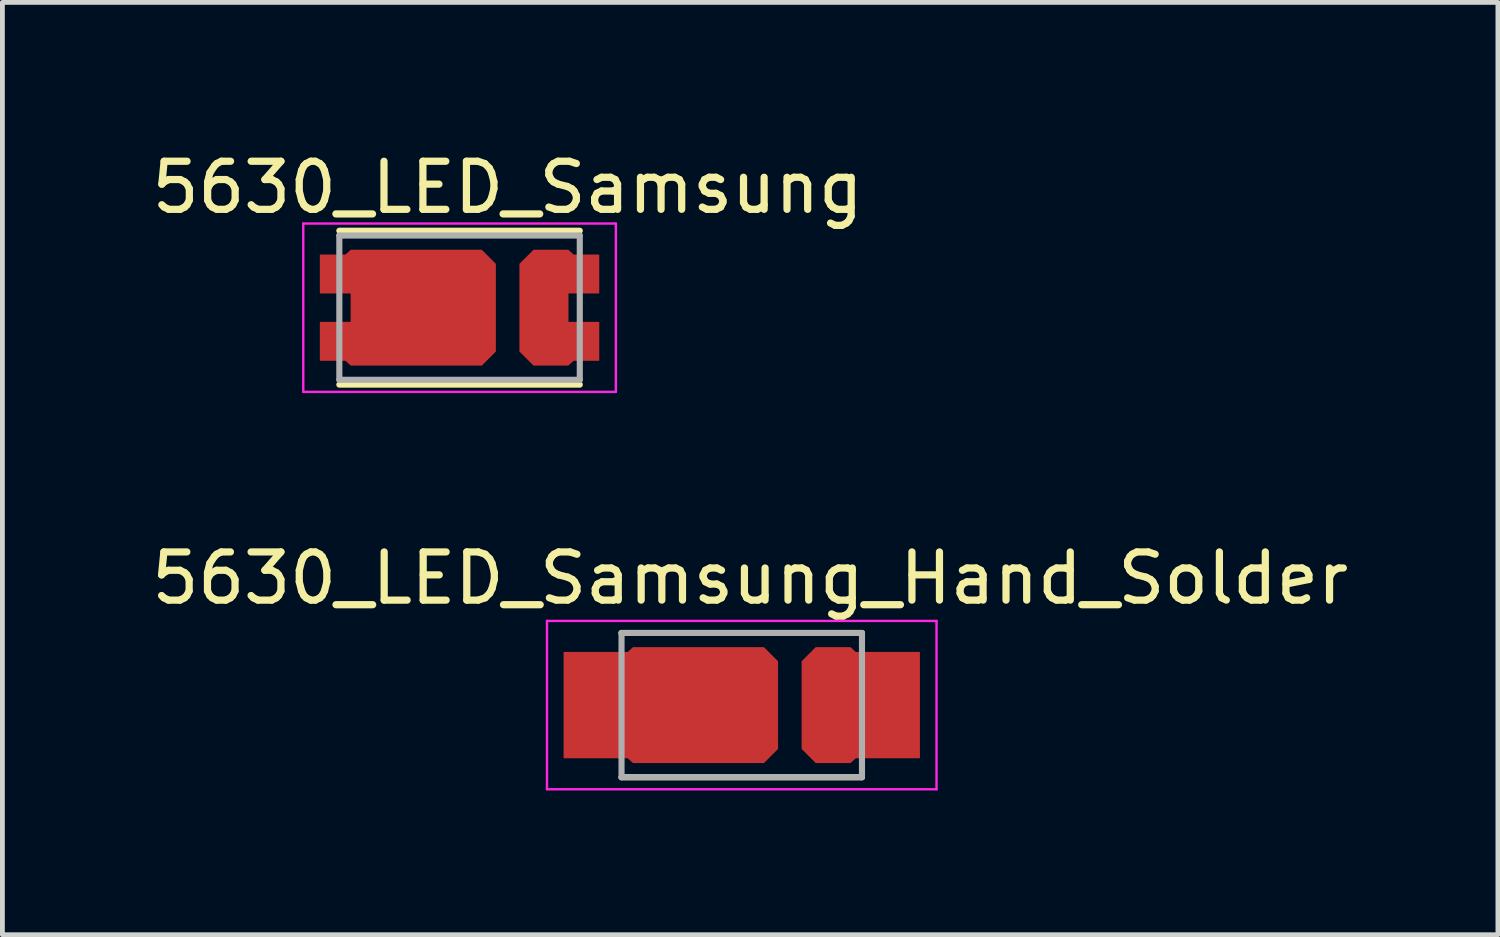
<source format=kicad_pcb>
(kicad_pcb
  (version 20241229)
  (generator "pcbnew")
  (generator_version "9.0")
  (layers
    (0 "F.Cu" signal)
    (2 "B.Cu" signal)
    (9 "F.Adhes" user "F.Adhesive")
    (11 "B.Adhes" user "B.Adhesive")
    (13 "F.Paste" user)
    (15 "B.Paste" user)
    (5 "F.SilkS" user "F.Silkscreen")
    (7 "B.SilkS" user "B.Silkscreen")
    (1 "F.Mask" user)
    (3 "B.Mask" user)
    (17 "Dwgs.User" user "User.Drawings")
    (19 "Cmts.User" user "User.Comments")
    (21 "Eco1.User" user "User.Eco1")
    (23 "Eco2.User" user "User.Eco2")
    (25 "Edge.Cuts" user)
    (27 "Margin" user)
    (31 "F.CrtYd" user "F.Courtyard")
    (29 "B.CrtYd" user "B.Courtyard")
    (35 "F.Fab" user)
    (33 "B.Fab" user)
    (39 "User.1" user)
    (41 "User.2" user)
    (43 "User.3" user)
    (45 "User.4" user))
  (footprint "5630_LED_Samsung"
    (layer "F.Cu")
    (at 7.506 3.348)
    (property "Reference" "5630_LED_Samsung" (at 0 -2.5 0) (unlocked yes) (layer "F.SilkS") (effects (font (size 1 1) (thickness 0.15))))
    (fp_poly (pts (xy -4.007 -1.3) (xy -0.2 -1.3) (xy -0.2 1.303) (xy -4.007 1.303)) (stroke (width 0.01) (type solid)) (fill yes) (layer "F.Mask"))
    (fp_poly (pts (xy 0.203 -1.3) (xy 2 -1.3) (xy 2 1.303) (xy 0.203 1.303)) (stroke (width 0.01) (type solid)) (fill yes) (layer "F.Mask"))
    (fp_line (start -3.5 -1.6) (end 1.5 -1.6) (stroke (width 0.127) (type solid)) (layer "F.SilkS"))
    (fp_line (start -3.5 1.6) (end 1.5 1.6) (stroke (width 0.127) (type solid)) (layer "F.SilkS"))
    (fp_poly (pts (xy -0.25 -0.91) (xy -0.54 -1.2) (xy -3.26 -1.2) (xy -3.37 -1.1) (xy -3.9 -1.1) (xy -3.9 -0.3) (xy -3.26 -0.3) (xy -3.26 0.3) (xy -3.9 0.3) (xy -3.9 1.1) (xy -3.37 1.1) (xy -3.26 1.2) (xy -0.54 1.2) (xy -0.25 0.91)) (stroke (width 0.001) (type solid)) (fill yes) (layer "F.Paste"))
    (fp_poly (pts (xy -0.25 -0.91) (xy -0.54 -1.2) (xy -3.26 -1.2) (xy -3.37 -1.1) (xy -3.9 -1.1) (xy -3.9 -0.3) (xy -3.26 -0.3) (xy -3.26 0.3) (xy -3.9 0.3) (xy -3.9 1.1) (xy -3.37 1.1) (xy -3.26 1.2) (xy -0.54 1.2) (xy -0.25 0.91)) (stroke (width 0.001) (type solid)) (fill yes) (layer "F.Paste"))
    (fp_poly (pts (xy 0.25 -0.91) (xy 0.54 -1.2) (xy 1.26 -1.2) (xy 1.37 -1.1) (xy 1.9 -1.1) (xy 1.9 -0.3) (xy 1.26 -0.3) (xy 1.26 0.3) (xy 1.9 0.3) (xy 1.9 1.1) (xy 1.37 1.1) (xy 1.26 1.2) (xy 0.54 1.2) (xy 0.25 0.91)) (stroke (width 0.001) (type solid)) (fill yes) (layer "F.Paste"))
    (fp_poly (pts (xy 0.25 -0.91) (xy 0.54 -1.2) (xy 1.26 -1.2) (xy 1.37 -1.1) (xy 1.9 -1.1) (xy 1.9 -0.3) (xy 1.26 -0.3) (xy 1.26 0.3) (xy 1.9 0.3) (xy 1.9 1.1) (xy 1.37 1.1) (xy 1.26 1.2) (xy 0.54 1.2) (xy 0.25 0.91)) (stroke (width 0.001) (type solid)) (fill yes) (layer "F.Paste"))
    (fp_line (start -4.25 -1.75) (end 2.25 -1.75) (stroke (width 0.05) (type solid)) (layer "F.CrtYd"))
    (fp_line (start -4.25 1.75) (end -4.25 -1.75) (stroke (width 0.05) (type solid)) (layer "F.CrtYd"))
    (fp_line (start 2.25 -1.75) (end 2.25 1.75) (stroke (width 0.05) (type solid)) (layer "F.CrtYd"))
    (fp_line (start 2.25 1.75) (end -4.25 1.75) (stroke (width 0.05) (type solid)) (layer "F.CrtYd"))
    (fp_line (start -3.5 -1.5) (end 1.5 -1.5) (stroke (width 0.127) (type solid)) (layer "F.Fab"))
    (fp_line (start -3.5 1.5) (end -3.5 -1.5) (stroke (width 0.127) (type solid)) (layer "F.Fab"))
    (fp_line (start 1.5 -1.5) (end 1.5 1.5) (stroke (width 0.127) (type solid)) (layer "F.Fab"))
    (fp_line (start 1.5 1.5) (end -3.5 1.5) (stroke (width 0.127) (type solid)) (layer "F.Fab"))
    (pad "1" smd custom (at -0.7 0) (size 0.8 0.8) (layers "F.Cu") (options (anchor rect)) (primitives (gr_poly (pts (xy 0.45 -0.91) (xy 0.45 0.91) (xy 0.16 1.2) (xy -2.56 1.2) (xy -2.67 1.1) (xy -3.2 1.1) (xy -3.2 0.3) (xy -2.56 0.3) (xy -2.56 -0.3) (xy -3.2 -0.3) (xy -3.2 -1.1) (xy -2.67 -1.1) (xy -2.56 -1.2) (xy 0.16 -1.2)) (width 0.01) (fill yes))))
    (pad "2" smd custom (at 0.7 0) (size 0.8 0.8) (layers "F.Cu") (options (anchor rect)) (primitives (gr_poly (pts (xy 0.67 -1.1) (xy 1.2 -1.1) (xy 1.2 -0.3) (xy 0.56 -0.3) (xy 0.56 0.3) (xy 1.2 0.3) (xy 1.2 1.1) (xy 0.67 1.1) (xy 0.56 1.2) (xy -0.16 1.2) (xy -0.45 0.91) (xy -0.45 -0.91) (xy -0.16 -1.2) (xy 0.56 -1.2)) (width 0.01) (fill yes)))))
  (footprint "5630_LED_Samsung_Hand_Solder"
    (layer "F.Cu")
    (at 12.374 11.612)
    (property "Reference" "5630_LED_Samsung_Hand_Solder" (at 0.175 -2.639 0) (layer "F.SilkS") (effects (font (size 1.002 1.002) (thickness 0.15))))
    (fp_poly (pts (xy -3.807 -1.3) (xy 0.8 -1.3) (xy 0.8 1.303) (xy -3.807 1.303)) (stroke (width 0.01) (type solid)) (fill yes) (layer "F.Mask"))
    (fp_poly (pts (xy 1.203 -1.3) (xy 3.8 -1.3) (xy 3.8 1.303) (xy 1.203 1.303)) (stroke (width 0.01) (type solid)) (fill yes) (layer "F.Mask"))
    (fp_line (start -2.5 -1.5) (end 2.5 -1.5) (stroke (width 0.127) (type solid)) (layer "F.SilkS"))
    (fp_line (start -2.5 1.5) (end 2.5 1.5) (stroke (width 0.127) (type solid)) (layer "F.SilkS"))
    (fp_poly (pts (xy 0.75 -0.91) (xy 0.46 -1.2) (xy -2.26 -1.2) (xy -2.37 -1.1) (xy -2.9 -1.1) (xy -2.9 -0.3) (xy -2.26 -0.3) (xy -2.26 0.3) (xy -2.9 0.3) (xy -2.9 1.1) (xy -2.37 1.1) (xy -2.26 1.2) (xy 0.46 1.2) (xy 0.75 0.91)) (stroke (width 0.001) (type solid)) (fill yes) (layer "F.Paste"))
    (fp_poly (pts (xy 0.75 -0.91) (xy 0.46 -1.2) (xy -2.26 -1.2) (xy -2.37 -1.1) (xy -2.9 -1.1) (xy -2.9 -0.3) (xy -2.26 -0.3) (xy -2.26 0.3) (xy -2.9 0.3) (xy -2.9 1.1) (xy -2.37 1.1) (xy -2.26 1.2) (xy 0.46 1.2) (xy 0.75 0.91)) (stroke (width 0.001) (type solid)) (fill yes) (layer "F.Paste"))
    (fp_poly (pts (xy 1.25 -0.91) (xy 1.54 -1.2) (xy 2.26 -1.2) (xy 2.37 -1.1) (xy 2.9 -1.1) (xy 2.9 -0.3) (xy 2.26 -0.3) (xy 2.26 0.3) (xy 2.9 0.3) (xy 2.9 1.1) (xy 2.37 1.1) (xy 2.26 1.2) (xy 1.54 1.2) (xy 1.25 0.91)) (stroke (width 0.001) (type solid)) (fill yes) (layer "F.Paste"))
    (fp_poly (pts (xy 1.25 -0.91) (xy 1.54 -1.2) (xy 2.26 -1.2) (xy 2.37 -1.1) (xy 2.9 -1.1) (xy 2.9 -0.3) (xy 2.26 -0.3) (xy 2.26 0.3) (xy 2.9 0.3) (xy 2.9 1.1) (xy 2.37 1.1) (xy 2.26 1.2) (xy 1.54 1.2) (xy 1.25 0.91)) (stroke (width 0.001) (type solid)) (fill yes) (layer "F.Paste"))
    (fp_line (start -4.05 -1.75) (end 4.05 -1.75) (stroke (width 0.05) (type solid)) (layer "F.CrtYd"))
    (fp_line (start -4.05 1.75) (end -4.05 -1.75) (stroke (width 0.05) (type solid)) (layer "F.CrtYd"))
    (fp_line (start 4.05 -1.75) (end 4.05 1.75) (stroke (width 0.05) (type solid)) (layer "F.CrtYd"))
    (fp_line (start 4.05 1.75) (end -4.05 1.75) (stroke (width 0.05) (type solid)) (layer "F.CrtYd"))
    (fp_line (start -2.5 -1.5) (end 2.5 -1.5) (stroke (width 0.127) (type solid)) (layer "F.Fab"))
    (fp_line (start -2.5 1.5) (end -2.5 -1.5) (stroke (width 0.127) (type solid)) (layer "F.Fab"))
    (fp_line (start 2.5 -1.5) (end 2.5 1.5) (stroke (width 0.127) (type solid)) (layer "F.Fab"))
    (fp_line (start 2.5 1.5) (end -2.5 1.5) (stroke (width 0.127) (type solid)) (layer "F.Fab"))
    (pad "1" smd custom (at 0.3 0) (size 0.8 0.8) (layers "F.Cu" "F.Paste") (options (anchor rect)) (primitives (gr_poly (pts (xy 0.45 -0.91) (xy 0.45 0.91) (xy 0.16 1.2) (xy -2.56 1.2) (xy -2.67 1.1) (xy -4 1.1) (xy -4 -1.1) (xy -2.67 -1.1) (xy -2.56 -1.2) (xy 0.16 -1.2)) (width 0.01) (fill yes))))
    (pad "2" smd custom (at 1.7 0) (size 0.8 0.8) (layers "F.Cu" "F.Paste") (options (anchor rect)) (primitives (gr_poly (pts (xy 0.67 -1.1) (xy 2 -1.1) (xy 2 1.1) (xy 0.67 1.1) (xy 0.56 1.2) (xy -0.16 1.2) (xy -0.45 0.91) (xy -0.45 -0.91) (xy -0.16 -1.2) (xy 0.56 -1.2)) (width 0.01) (fill yes)))))
  (gr_rect
    (start -3 -3)
    (end 28.098 16.387)
    (stroke (width 0.1) (type default))
    (fill no)
    (layer "Edge.Cuts")))
</source>
